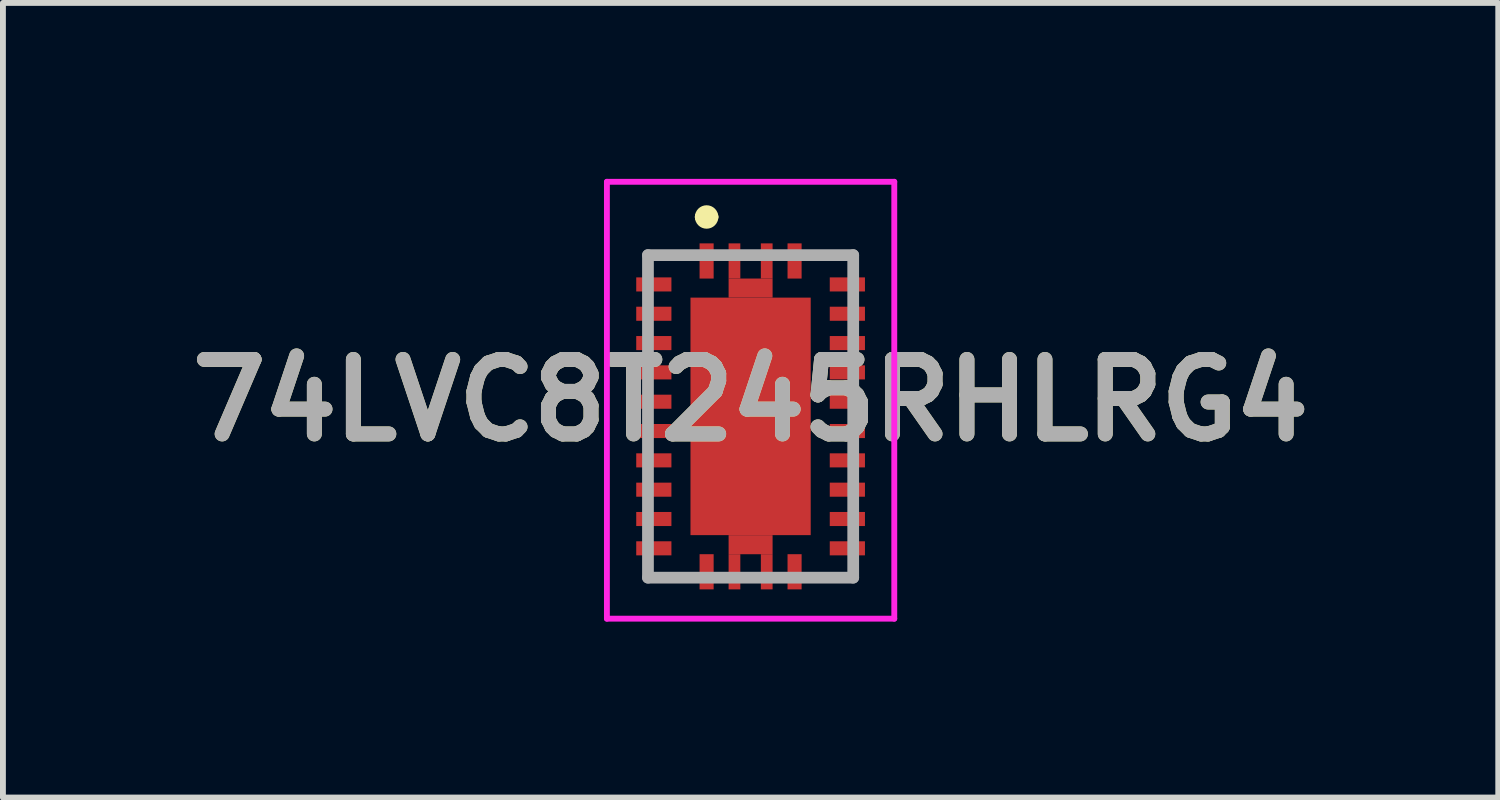
<source format=kicad_pcb>
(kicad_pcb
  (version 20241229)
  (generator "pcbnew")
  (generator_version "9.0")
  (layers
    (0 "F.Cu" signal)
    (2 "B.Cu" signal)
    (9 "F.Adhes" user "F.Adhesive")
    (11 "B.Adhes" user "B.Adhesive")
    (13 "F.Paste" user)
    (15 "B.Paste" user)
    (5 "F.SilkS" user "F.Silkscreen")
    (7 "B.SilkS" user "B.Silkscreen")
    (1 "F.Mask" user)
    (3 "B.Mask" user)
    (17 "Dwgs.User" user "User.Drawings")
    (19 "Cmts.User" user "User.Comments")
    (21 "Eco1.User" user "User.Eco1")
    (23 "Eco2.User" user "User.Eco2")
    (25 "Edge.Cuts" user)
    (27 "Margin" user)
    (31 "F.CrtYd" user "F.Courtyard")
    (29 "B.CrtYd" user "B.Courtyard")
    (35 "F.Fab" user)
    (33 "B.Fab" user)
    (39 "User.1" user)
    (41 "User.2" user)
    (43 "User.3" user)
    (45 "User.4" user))
  (footprint "74LVC8T245RHLRG4"
    (layer "F.Cu")
    (at 9.749 4.05)
    (property "Reference" "74LVC8T245RHLRG4" (at 0 -0.275 0) (layer "F.SilkS") (effects (font (size 1.27 1.27) (thickness 0.254))))
    (attr smd)
    (fp_line (start -1.75 -2.75) (end -1.75 -2.6) (stroke (width 0.1) (type solid)) (layer "F.SilkS"))
    (fp_line (start -1.75 2.75) (end -1.75 2.6) (stroke (width 0.1) (type solid)) (layer "F.SilkS"))
    (fp_line (start -1.2 -2.75) (end -1.75 -2.75) (stroke (width 0.1) (type solid)) (layer "F.SilkS"))
    (fp_line (start -1.2 2.75) (end -1.75 2.75) (stroke (width 0.1) (type solid)) (layer "F.SilkS"))
    (fp_line (start -0.85 -3.4) (end -0.85 -3.4) (stroke (width 0.2) (type solid)) (layer "F.SilkS"))
    (fp_line (start -0.65 -3.4) (end -0.65 -3.4) (stroke (width 0.2) (type solid)) (layer "F.SilkS"))
    (fp_line (start 1.2 -2.75) (end 1.75 -2.75) (stroke (width 0.1) (type solid)) (layer "F.SilkS"))
    (fp_line (start 1.2 2.75) (end 1.75 2.75) (stroke (width 0.1) (type solid)) (layer "F.SilkS"))
    (fp_line (start 1.75 -2.75) (end 1.75 -2.6) (stroke (width 0.1) (type solid)) (layer "F.SilkS"))
    (fp_line (start 1.75 2.75) (end 1.75 2.6) (stroke (width 0.1) (type solid)) (layer "F.SilkS"))
    (fp_arc (start -0.85 -3.4) (mid -0.75 -3.5) (end -0.65 -3.4) (stroke (width 0.2) (type solid)) (layer "F.SilkS"))
    (fp_arc (start -0.65 -3.4) (mid -0.75 -3.3) (end -0.85 -3.4) (stroke (width 0.2) (type solid)) (layer "F.SilkS"))
    (fp_line (start -2.45 -4) (end 2.45 -4) (stroke (width 0.1) (type solid)) (layer "F.CrtYd"))
    (fp_line (start -2.45 3.45) (end -2.45 -4) (stroke (width 0.1) (type solid)) (layer "F.CrtYd"))
    (fp_line (start 2.45 -4) (end 2.45 3.45) (stroke (width 0.1) (type solid)) (layer "F.CrtYd"))
    (fp_line (start 2.45 3.45) (end -2.45 3.45) (stroke (width 0.1) (type solid)) (layer "F.CrtYd"))
    (fp_line (start -1.75 -2.75) (end 1.75 -2.75) (stroke (width 0.2) (type solid)) (layer "F.Fab"))
    (fp_line (start -1.75 2.75) (end -1.75 -2.75) (stroke (width 0.2) (type solid)) (layer "F.Fab"))
    (fp_line (start 1.75 -2.75) (end 1.75 2.75) (stroke (width 0.2) (type solid)) (layer "F.Fab"))
    (fp_line (start 1.75 2.75) (end -1.75 2.75) (stroke (width 0.2) (type solid)) (layer "F.Fab"))
    (fp_text user "${REFERENCE}" (at 0 -0.275 0) (layer "F.Fab") (effects (font (size 1.27 1.27) (thickness 0.254))))
    (pad "1" smd rect (at -0.75 -2.65) (size 0.24 0.6) (layers "F.Cu" "F.Mask" "F.Paste"))
    (pad "2" smd rect (at -1.65 -2.25 90) (size 0.24 0.6) (layers "F.Cu" "F.Mask" "F.Paste"))
    (pad "3" smd rect (at -1.65 -1.75 90) (size 0.24 0.6) (layers "F.Cu" "F.Mask" "F.Paste"))
    (pad "4" smd rect (at -1.65 -1.25 90) (size 0.24 0.6) (layers "F.Cu" "F.Mask" "F.Paste"))
    (pad "5" smd rect (at -1.65 -0.75 90) (size 0.24 0.6) (layers "F.Cu" "F.Mask" "F.Paste"))
    (pad "6" smd rect (at -1.65 -0.25 90) (size 0.24 0.6) (layers "F.Cu" "F.Mask" "F.Paste"))
    (pad "7" smd rect (at -1.65 0.25 90) (size 0.24 0.6) (layers "F.Cu" "F.Mask" "F.Paste"))
    (pad "8" smd rect (at -1.65 0.75 90) (size 0.24 0.6) (layers "F.Cu" "F.Mask" "F.Paste"))
    (pad "9" smd rect (at -1.65 1.25 90) (size 0.24 0.6) (layers "F.Cu" "F.Mask" "F.Paste"))
    (pad "10" smd rect (at -1.65 1.75 90) (size 0.24 0.6) (layers "F.Cu" "F.Mask" "F.Paste"))
    (pad "11" smd rect (at -1.65 2.25 90) (size 0.24 0.6) (layers "F.Cu" "F.Mask" "F.Paste"))
    (pad "12" smd rect (at -0.75 2.65) (size 0.24 0.6) (layers "F.Cu" "F.Mask" "F.Paste"))
    (pad "13" smd rect (at 0.75 2.65) (size 0.24 0.6) (layers "F.Cu" "F.Mask" "F.Paste"))
    (pad "14" smd rect (at 1.65 2.25 90) (size 0.24 0.6) (layers "F.Cu" "F.Mask" "F.Paste"))
    (pad "15" smd rect (at 1.65 1.75 90) (size 0.24 0.6) (layers "F.Cu" "F.Mask" "F.Paste"))
    (pad "16" smd rect (at 1.65 1.25 90) (size 0.24 0.6) (layers "F.Cu" "F.Mask" "F.Paste"))
    (pad "17" smd rect (at 1.65 0.75 90) (size 0.24 0.6) (layers "F.Cu" "F.Mask" "F.Paste"))
    (pad "18" smd rect (at 1.65 0.25 90) (size 0.24 0.6) (layers "F.Cu" "F.Mask" "F.Paste"))
    (pad "19" smd rect (at 1.65 -0.25 90) (size 0.24 0.6) (layers "F.Cu" "F.Mask" "F.Paste"))
    (pad "20" smd rect (at 1.65 -0.75 90) (size 0.24 0.6) (layers "F.Cu" "F.Mask" "F.Paste"))
    (pad "21" smd rect (at 1.65 -1.25 90) (size 0.24 0.6) (layers "F.Cu" "F.Mask" "F.Paste"))
    (pad "22" smd rect (at 1.65 -1.75 90) (size 0.24 0.6) (layers "F.Cu" "F.Mask" "F.Paste"))
    (pad "23" smd rect (at 1.65 -2.25 90) (size 0.24 0.6) (layers "F.Cu" "F.Mask" "F.Paste"))
    (pad "24" smd rect (at 0.75 -2.65) (size 0.24 0.6) (layers "F.Cu" "F.Mask" "F.Paste"))
    (pad "EP1" smd rect (at 0 0) (size 2.05 4.05) (layers "F.Cu" "F.Mask" "F.Paste"))
    (pad "EP2" smd rect (at -0.275 -2.65) (size 0.2 0.6) (layers "F.Cu" "F.Mask" "F.Paste"))
    (pad "EP3" smd rect (at 0.275 -2.65) (size 0.2 0.6) (layers "F.Cu" "F.Mask" "F.Paste"))
    (pad "EP4" smd rect (at -0.275 2.65) (size 0.2 0.6) (layers "F.Cu" "F.Mask" "F.Paste"))
    (pad "EP5" smd rect (at 0.275 2.65) (size 0.2 0.6) (layers "F.Cu" "F.Mask" "F.Paste"))
    (pad "EP6" smd rect (at 0 -2.188 90) (size 0.325 0.75) (layers "F.Cu" "F.Mask" "F.Paste"))
    (pad "EP7" smd rect (at 0 2.188 90) (size 0.325 0.75) (layers "F.Cu" "F.Mask" "F.Paste")))
  (gr_rect
    (start -3 -3)
    (end 22.498 10.55)
    (stroke (width 0.1) (type default))
    (fill no)
    (layer "Edge.Cuts")))
</source>
